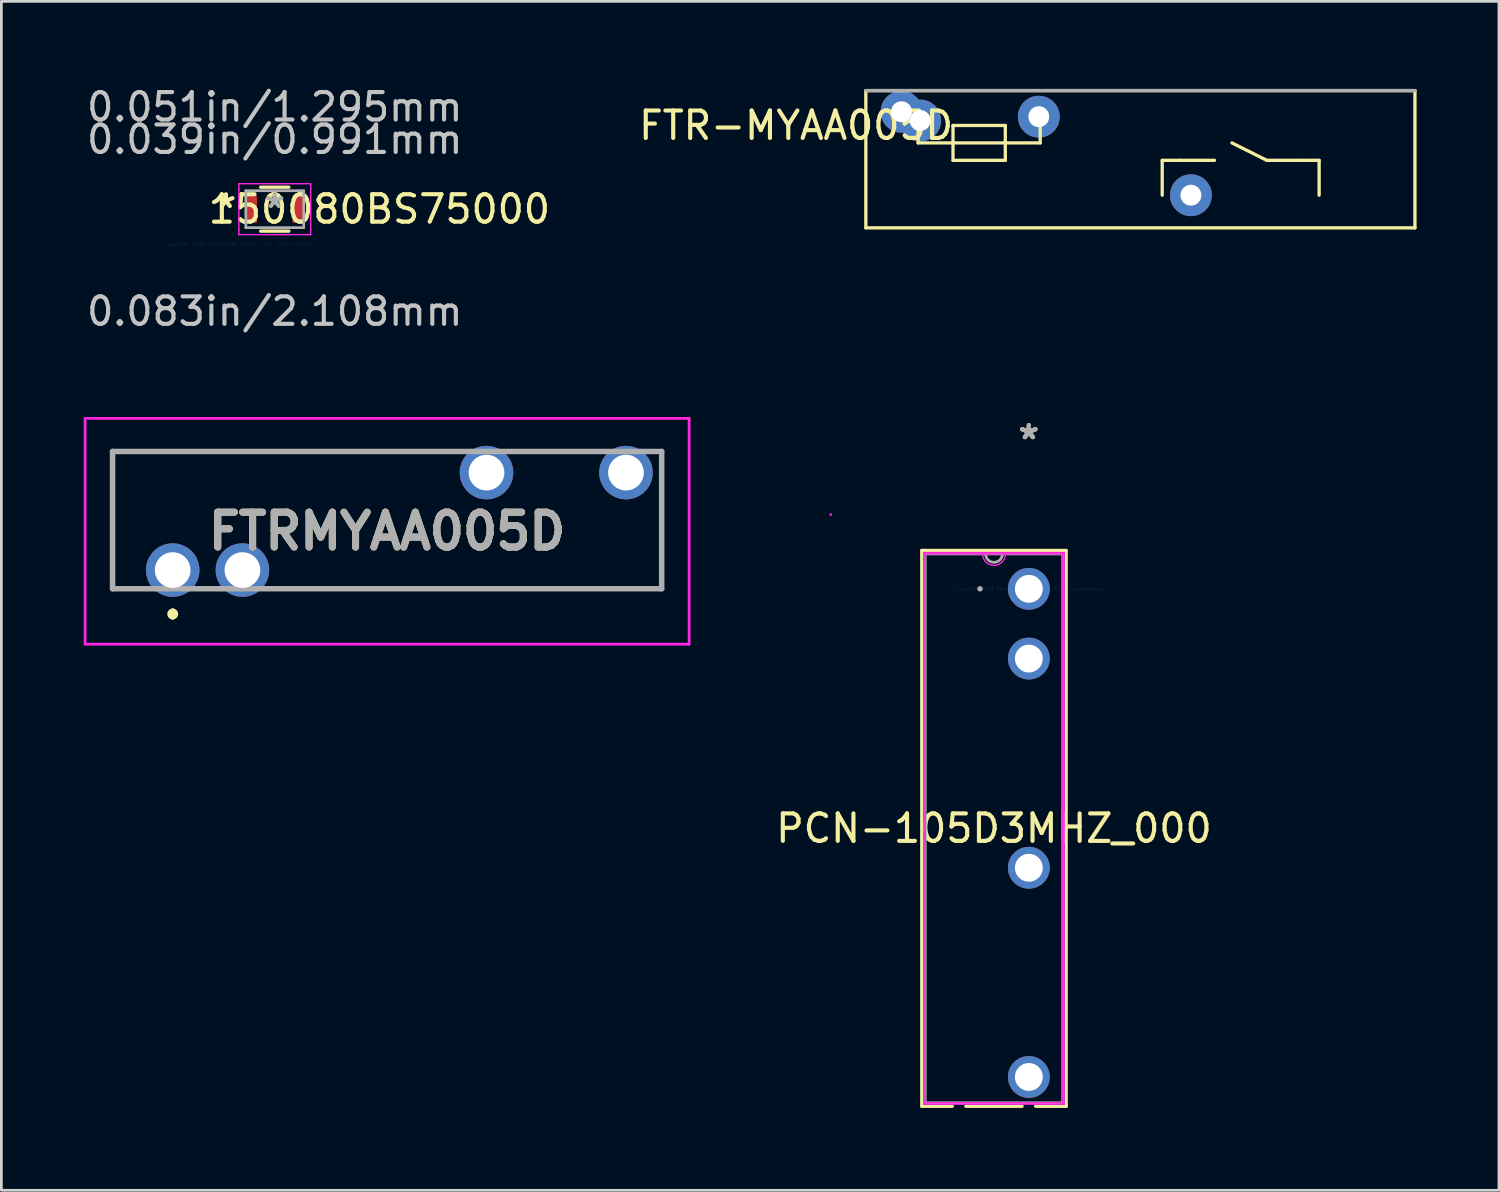
<source format=kicad_pcb>
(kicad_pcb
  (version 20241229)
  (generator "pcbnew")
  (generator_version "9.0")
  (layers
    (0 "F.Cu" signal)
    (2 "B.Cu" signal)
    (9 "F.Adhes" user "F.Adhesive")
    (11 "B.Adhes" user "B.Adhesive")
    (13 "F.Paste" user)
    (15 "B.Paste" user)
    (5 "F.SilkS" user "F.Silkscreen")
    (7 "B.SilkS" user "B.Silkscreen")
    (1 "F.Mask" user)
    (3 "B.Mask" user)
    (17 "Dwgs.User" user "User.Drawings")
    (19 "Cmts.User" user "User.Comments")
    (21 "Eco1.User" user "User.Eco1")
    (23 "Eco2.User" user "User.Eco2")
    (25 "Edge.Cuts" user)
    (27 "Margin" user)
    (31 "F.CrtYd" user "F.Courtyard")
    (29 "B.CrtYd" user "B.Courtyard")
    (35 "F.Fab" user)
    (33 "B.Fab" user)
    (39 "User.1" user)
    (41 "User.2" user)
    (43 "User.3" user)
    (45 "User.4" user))
  (footprint "FTRMYAA005D"
    (layer "F.Cu")
    (at 3.24 17.714)
    (property "Reference" "FTRMYAA005D" (at 7.81 -1.413 0) (layer "F.SilkS") (effects (font (size 1.27 1.27) (thickness 0.254))))
    (attr through_hole)
    (fp_line (start -2.19 -4.32) (end 10 -4.32) (stroke (width 0.1) (type solid)) (layer "F.SilkS"))
    (fp_line (start -2.19 0.68) (end -2.19 -4.32) (stroke (width 0.1) (type solid)) (layer "F.SilkS"))
    (fp_line (start -1.5 0.68) (end -2.19 0.68) (stroke (width 0.1) (type solid)) (layer "F.SilkS"))
    (fp_line (start 0 1.5) (end 0 1.5) (stroke (width 0.2) (type solid)) (layer "F.SilkS"))
    (fp_line (start 0 1.7) (end 0 1.7) (stroke (width 0.2) (type solid)) (layer "F.SilkS"))
    (fp_line (start 4 0.68) (end 17.81 0.68) (stroke (width 0.1) (type solid)) (layer "F.SilkS"))
    (fp_line (start 12.5 -4.32) (end 15 -4.32) (stroke (width 0.1) (type solid)) (layer "F.SilkS"))
    (fp_line (start 17.81 0.68) (end 17.81 -4.32) (stroke (width 0.1) (type solid)) (layer "F.SilkS"))
    (fp_arc (start 0 1.5) (mid 0.1 1.6) (end 0 1.7) (stroke (width 0.2) (type solid)) (layer "F.SilkS"))
    (fp_arc (start 0 1.7) (mid -0.1 1.6) (end 0 1.5) (stroke (width 0.2) (type solid)) (layer "F.SilkS"))
    (fp_line (start -3.19 -5.525) (end -3.19 2.7) (stroke (width 0.1) (type solid)) (layer "F.CrtYd"))
    (fp_line (start -3.19 2.7) (end 18.81 2.7) (stroke (width 0.1) (type solid)) (layer "F.CrtYd"))
    (fp_line (start 18.81 -5.525) (end -3.19 -5.525) (stroke (width 0.1) (type solid)) (layer "F.CrtYd"))
    (fp_line (start 18.81 2.7) (end 18.81 -5.525) (stroke (width 0.1) (type solid)) (layer "F.CrtYd"))
    (fp_line (start -2.19 -4.32) (end -2.19 0.68) (stroke (width 0.2) (type solid)) (layer "F.Fab"))
    (fp_line (start -2.19 0.68) (end 17.81 0.68) (stroke (width 0.2) (type solid)) (layer "F.Fab"))
    (fp_line (start 17.81 -4.32) (end -2.19 -4.32) (stroke (width 0.2) (type solid)) (layer "F.Fab"))
    (fp_line (start 17.81 0.68) (end 17.81 -4.32) (stroke (width 0.2) (type solid)) (layer "F.Fab"))
    (fp_text user "${REFERENCE}" (at 7.81 -1.413 0) (layer "F.Fab") (effects (font (size 1.27 1.27) (thickness 0.254))))
    (pad "1" thru_hole circle (at 0 0) (size 1.95 1.95) (drill 1.3) (layers "*.Cu" "*.Mask"))
    (pad "2" thru_hole circle (at 2.54 0) (size 1.95 1.95) (drill 1.3) (layers "*.Cu" "*.Mask"))
    (pad "3" thru_hole circle (at 16.51 -3.55) (size 1.95 1.95) (drill 1.3) (layers "*.Cu" "*.Mask"))
    (pad "4" thru_hole circle (at 11.43 -3.55) (size 1.95 1.95) (drill 1.3) (layers "*.Cu" "*.Mask")))
  (footprint "PCN-105D3MHZ_000"
    (layer "F.Cu")
    (at 34.424 18.397)
    (property "Reference" "PCN-105D3MHZ_000" (at -1.27 8.725 0) (layer "F.SilkS") (effects (font (size 1 1) (thickness 0.15))))
    (attr through_hole)
    (fp_line (start -3.899 -1.397) (end -3.899 18.847) (stroke (width 0.12) (type solid)) (layer "F.SilkS"))
    (fp_line (start -3.899 18.847) (end -2.786 18.847) (stroke (width 0.12) (type solid)) (layer "F.SilkS"))
    (fp_line (start -2.294 18.847) (end -0.246 18.847) (stroke (width 0.12) (type solid)) (layer "F.SilkS"))
    (fp_line (start 0.246 18.847) (end 1.359 18.847) (stroke (width 0.12) (type solid)) (layer "F.SilkS"))
    (fp_line (start 1.359 -1.397) (end -3.899 -1.397) (stroke (width 0.12) (type solid)) (layer "F.SilkS"))
    (fp_line (start 1.359 18.847) (end 1.359 -1.397) (stroke (width 0.12) (type solid)) (layer "F.SilkS"))
    (fp_line (start -3.823 -1.321) (end 1.283 -1.321) (stroke (width 0.05) (type solid)) (layer "F.CrtYd"))
    (fp_line (start -3.823 18.771) (end -3.823 -1.321) (stroke (width 0.05) (type solid)) (layer "F.CrtYd"))
    (fp_line (start -3.772 -1.27) (end 1.232 -1.27) (stroke (width 0.05) (type solid)) (layer "F.CrtYd"))
    (fp_line (start -3.772 18.72) (end -3.772 -1.27) (stroke (width 0.05) (type solid)) (layer "F.CrtYd"))
    (fp_line (start 1.232 -1.27) (end 1.232 18.72) (stroke (width 0.05) (type solid)) (layer "F.CrtYd"))
    (fp_line (start 1.232 18.72) (end -3.772 18.72) (stroke (width 0.05) (type solid)) (layer "F.CrtYd"))
    (fp_line (start 1.283 -1.321) (end 1.283 18.771) (stroke (width 0.05) (type solid)) (layer "F.CrtYd"))
    (fp_line (start 1.283 18.771) (end -3.823 18.771) (stroke (width 0.05) (type solid)) (layer "F.CrtYd"))
    (fp_arc (start -0.853017 -1.27) (mid -1.27 -0.853017) (end -1.686983 -1.27) (stroke (width 0.05) (type solid)) (layer "F.CrtYd"))
    (fp_circle (center -7.214 -2.705) (end -7.214 -2.705) (stroke (width 0.05) (type solid)) (fill no) (layer "F.CrtYd"))
    (fp_line (start -3.772 -1.27) (end -3.772 18.72) (stroke (width 0.1) (type solid)) (layer "F.Fab"))
    (fp_line (start -3.772 18.72) (end 1.232 18.72) (stroke (width 0.1) (type solid)) (layer "F.Fab"))
    (fp_line (start 1.232 -1.27) (end -3.772 -1.27) (stroke (width 0.1) (type solid)) (layer "F.Fab"))
    (fp_line (start 1.232 18.72) (end 1.232 -1.27) (stroke (width 0.1) (type solid)) (layer "F.Fab"))
    (fp_arc (start -0.9652 -1.27) (mid -1.27 -0.9652) (end -1.5748 -1.27) (stroke (width 0.1) (type solid)) (layer "F.Fab"))
    (fp_circle (center -1.778 0) (end -1.778 0) (stroke (width 0.1) (type solid)) (fill no) (layer "F.Fab"))
    (fp_text user "*" (at 0 -5.41 0) (layer "F.SilkS") (effects (font (size 1 1) (thickness 0.15))))
    (fp_text user "*" (at 0 -5.41 0) (layer "F.SilkS") (effects (font (size 1 1) (thickness 0.15))))
    (fp_text user "Copyright 2021 Accelerated Designs. All rights reserved." (at 0 0 0) (layer "Cmts.User") (effects (font (size 0.127 0.127) (thickness 0.002))))
    (fp_text user "*" (at 0 -5.41 0) (layer "F.Fab") (effects (font (size 1 1) (thickness 0.15))))
    (fp_text user "*" (at 0 -5.41 0) (layer "F.Fab") (effects (font (size 1 1) (thickness 0.15))))
    (pad "1" thru_hole circle (at 0 0) (size 1.524 1.524) (drill 1.016) (layers "*.Cu" "*.Mask"))
    (pad "2" thru_hole circle (at 0 2.54) (size 1.524 1.524) (drill 1.016) (layers "*.Cu" "*.Mask"))
    (pad "3" thru_hole circle (at 0 10.16) (size 1.524 1.524) (drill 1.016) (layers "*.Cu" "*.Mask"))
    (pad "4" thru_hole circle (at 0 17.78) (size 1.524 1.524) (drill 1.016) (layers "*.Cu" "*.Mask")))
  (footprint "FTR-MYAA005D"
    (layer "F.Cu")
    (at 28.487 0.25)
    (property "Reference" "FTR-MYAA005D" (at -2.54 1.27 0) (layer "F.SilkS") (effects (font (size 1 1) (thickness 0.15))))
    (attr through_hole)
    (fp_line (start 0 0) (end 0 5) (stroke (width 0.12) (type solid)) (layer "F.SilkS"))
    (fp_line (start 0 0) (end 20 0) (stroke (width 0.12) (type solid)) (layer "F.SilkS"))
    (fp_line (start 0 5) (end 20 5) (stroke (width 0.12) (type solid)) (layer "F.SilkS"))
    (fp_line (start 1.905 1.905) (end 1.905 1.27) (stroke (width 0.12) (type solid)) (layer "F.SilkS"))
    (fp_line (start 1.905 1.905) (end 3.175 1.905) (stroke (width 0.12) (type solid)) (layer "F.SilkS"))
    (fp_line (start 3.175 1.27) (end 5.08 1.27) (stroke (width 0.12) (type solid)) (layer "F.SilkS"))
    (fp_line (start 3.175 1.905) (end 3.175 1.27) (stroke (width 0.12) (type solid)) (layer "F.SilkS"))
    (fp_line (start 3.175 1.905) (end 6.35 1.905) (stroke (width 0.12) (type solid)) (layer "F.SilkS"))
    (fp_line (start 3.175 2.54) (end 3.175 1.905) (stroke (width 0.12) (type solid)) (layer "F.SilkS"))
    (fp_line (start 5.08 1.27) (end 5.08 1.905) (stroke (width 0.12) (type solid)) (layer "F.SilkS"))
    (fp_line (start 5.08 1.905) (end 5.08 2.54) (stroke (width 0.12) (type solid)) (layer "F.SilkS"))
    (fp_line (start 5.08 2.54) (end 3.175 2.54) (stroke (width 0.12) (type solid)) (layer "F.SilkS"))
    (fp_line (start 6.35 1.905) (end 6.35 1.27) (stroke (width 0.12) (type solid)) (layer "F.SilkS"))
    (fp_line (start 10.795 2.54) (end 10.795 3.81) (stroke (width 0.12) (type solid)) (layer "F.SilkS"))
    (fp_line (start 11.43 2.54) (end 10.795 2.54) (stroke (width 0.12) (type solid)) (layer "F.SilkS"))
    (fp_line (start 11.43 2.54) (end 12.7 2.54) (stroke (width 0.12) (type solid)) (layer "F.SilkS"))
    (fp_line (start 13.335 1.905) (end 14.605 2.54) (stroke (width 0.12) (type solid)) (layer "F.SilkS"))
    (fp_line (start 14.605 2.54) (end 15.875 2.54) (stroke (width 0.12) (type solid)) (layer "F.SilkS"))
    (fp_line (start 15.875 2.54) (end 16.51 2.54) (stroke (width 0.12) (type solid)) (layer "F.SilkS"))
    (fp_line (start 16.51 2.54) (end 16.51 3.81) (stroke (width 0.12) (type solid)) (layer "F.SilkS"))
    (fp_line (start 20 0) (end 20 5) (stroke (width 0.12) (type solid)) (layer "F.SilkS"))
    (fp_line (start 0 0) (end 20 0) (stroke (width 0.12) (type solid)) (layer "F.Fab"))
    (pad "1" thru_hole circle (at 1.98 1.09) (size 1.524 1.524) (drill 0.762) (layers "*.Cu" "*.Mask"))
    (pad "2" thru_hole circle (at 6.3 0.95) (size 1.524 1.524) (drill 0.762) (layers "*.Cu" "*.Mask"))
    (pad "3" thru_hole circle (at 11.84 3.81) (size 1.524 1.524) (drill 0.762) (layers "*.Cu" "*.Mask"))
    (pad "4" thru_hole circle (at 1.3 0.77) (size 1.524 1.524) (drill 0.762) (layers "*.Cu" "*.Mask")))
  (footprint "150080BS75000"
    (layer "F.Cu")
    (at 6.958 4.569)
    (property "Reference" "150080BS75000" (at 3.81 0 0) (layer "F.SilkS") (effects (font (size 1 1) (thickness 0.15))))
    (attr through_hole)
    (fp_line (start -0.514 0.8) (end 0.514 0.8) (stroke (width 0.12) (type solid)) (layer "F.SilkS"))
    (fp_line (start 0.514 -0.8) (end -0.514 -0.8) (stroke (width 0.12) (type solid)) (layer "F.SilkS"))
    (fp_line (start -1.308 -0.927) (end 1.308 -0.927) (stroke (width 0.05) (type solid)) (layer "F.CrtYd"))
    (fp_line (start -1.308 -0.749) (end -1.308 -0.927) (stroke (width 0.05) (type solid)) (layer "F.CrtYd"))
    (fp_line (start -1.308 -0.749) (end -1.308 -0.749) (stroke (width 0.05) (type solid)) (layer "F.CrtYd"))
    (fp_line (start -1.308 0.749) (end -1.308 -0.749) (stroke (width 0.05) (type solid)) (layer "F.CrtYd"))
    (fp_line (start -1.308 0.749) (end -1.308 0.749) (stroke (width 0.05) (type solid)) (layer "F.CrtYd"))
    (fp_line (start -1.308 0.927) (end -1.308 0.749) (stroke (width 0.05) (type solid)) (layer "F.CrtYd"))
    (fp_line (start 1.308 -0.927) (end 1.308 -0.749) (stroke (width 0.05) (type solid)) (layer "F.CrtYd"))
    (fp_line (start 1.308 -0.749) (end 1.308 -0.749) (stroke (width 0.05) (type solid)) (layer "F.CrtYd"))
    (fp_line (start 1.308 -0.749) (end 1.308 0.749) (stroke (width 0.05) (type solid)) (layer "F.CrtYd"))
    (fp_line (start 1.308 0.749) (end 1.308 0.749) (stroke (width 0.05) (type solid)) (layer "F.CrtYd"))
    (fp_line (start 1.308 0.749) (end 1.308 0.927) (stroke (width 0.05) (type solid)) (layer "F.CrtYd"))
    (fp_line (start 1.308 0.927) (end -1.308 0.927) (stroke (width 0.05) (type solid)) (layer "F.CrtYd"))
    (fp_line (start -1.054 -0.673) (end -1.054 0.673) (stroke (width 0.1) (type solid)) (layer "F.Fab"))
    (fp_line (start -1.054 0.673) (end 1.054 0.673) (stroke (width 0.1) (type solid)) (layer "F.Fab"))
    (fp_line (start 1.054 -0.673) (end -1.054 -0.673) (stroke (width 0.1) (type solid)) (layer "F.Fab"))
    (fp_line (start 1.054 0.673) (end 1.054 -0.673) (stroke (width 0.1) (type solid)) (layer "F.Fab"))
    (fp_text user "*" (at -1.778 0 0) (layer "F.SilkS") (effects (font (size 1 1) (thickness 0.15))))
    (fp_text user "0.083in/2.108mm" (at 0 3.721 0) (layer "Dwgs.User") (effects (font (size 1 1) (thickness 0.15))))
    (fp_text user "0.051in/1.295mm" (at 0 -3.721 0) (layer "Dwgs.User") (effects (font (size 1 1) (thickness 0.15))))
    (fp_text user "0.039in/0.991mm" (at 0 -2.54 0) (layer "Dwgs.User") (effects (font (size 1 1) (thickness 0.15))))
    (fp_text user "Copyright 2021 Accelerated Designs. All rights reserved." (at -1.27 1.27 0) (layer "Cmts.User") (effects (font (size 0.127 0.127) (thickness 0.002))))
    (fp_text user "*" (at 0 0 0) (layer "F.Fab") (effects (font (size 1 1) (thickness 0.15))))
    (pad "1" smd rect (at -0.851 0) (size 0.406 0.991) (layers "F.Cu" "F.Mask" "F.Paste"))
    (pad "2" smd rect (at 0.851 0) (size 0.406 0.991) (layers "F.Cu" "F.Mask" "F.Paste")))
  (gr_rect
    (start -3 -3)
    (end 51.547 40.304)
    (stroke (width 0.1) (type default))
    (fill no)
    (layer "Edge.Cuts")))
</source>
